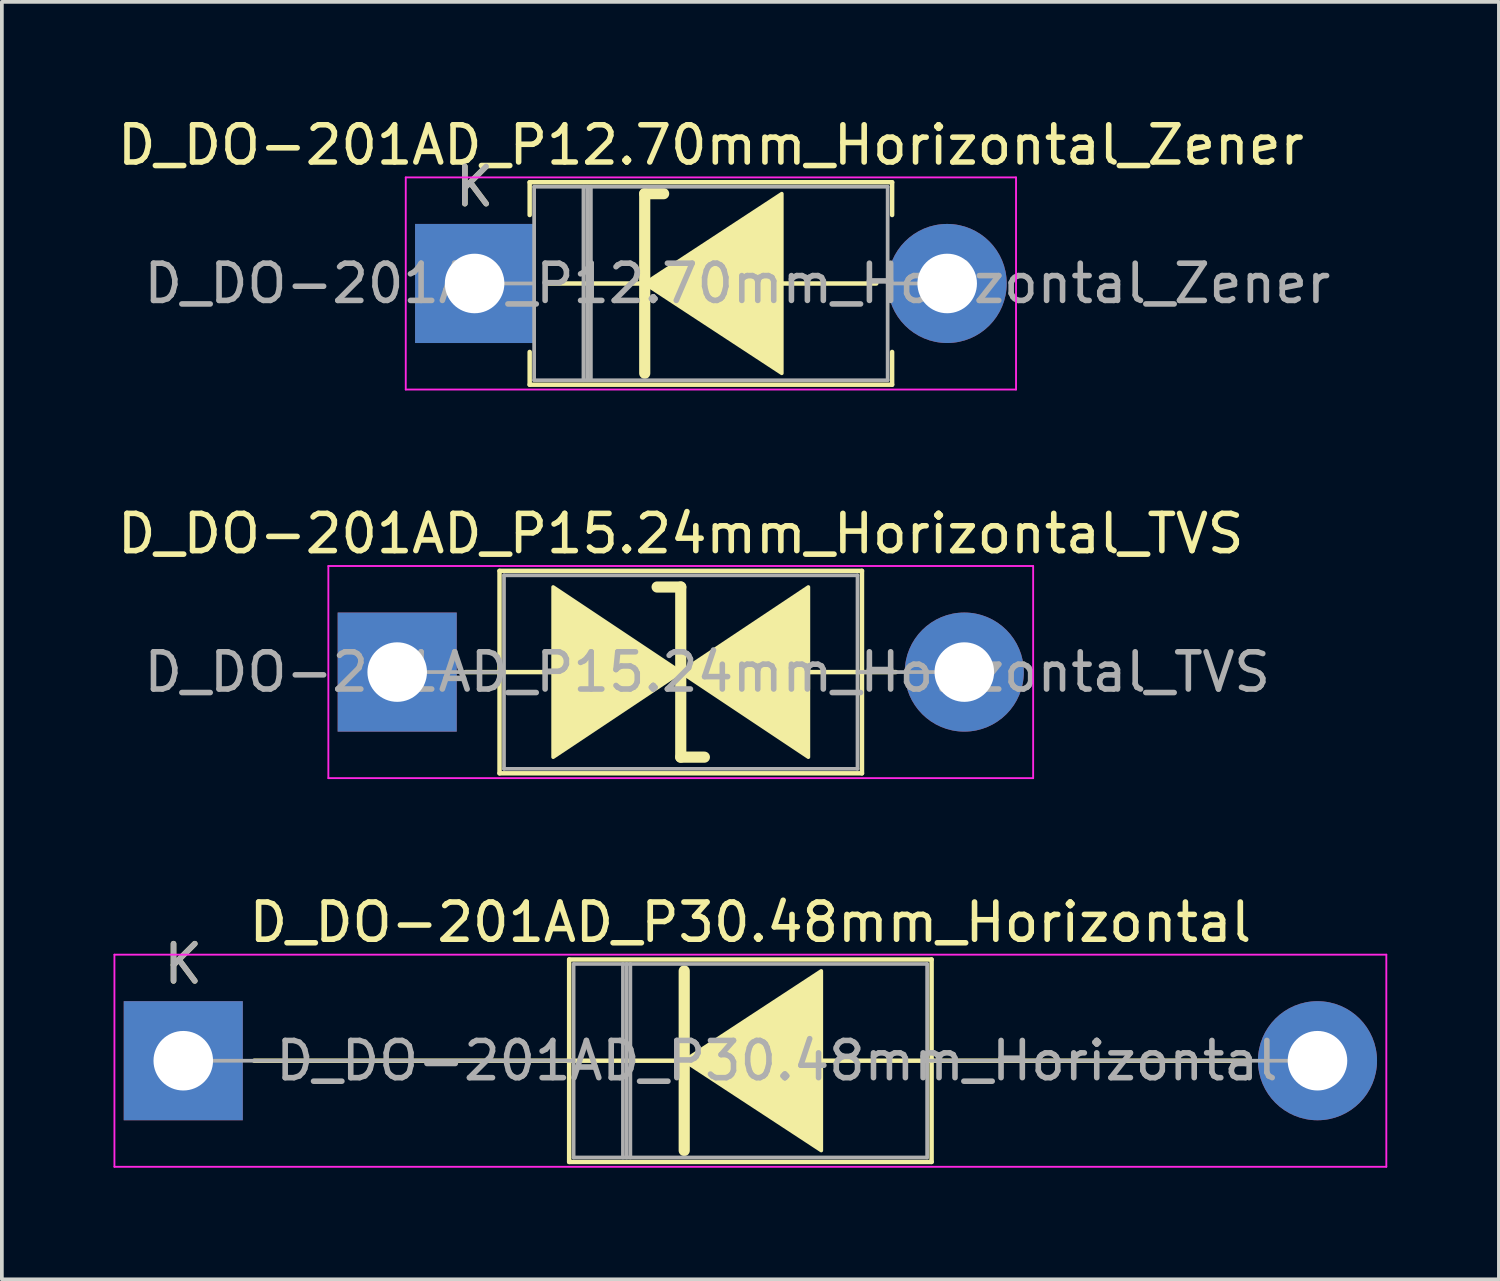
<source format=kicad_pcb>
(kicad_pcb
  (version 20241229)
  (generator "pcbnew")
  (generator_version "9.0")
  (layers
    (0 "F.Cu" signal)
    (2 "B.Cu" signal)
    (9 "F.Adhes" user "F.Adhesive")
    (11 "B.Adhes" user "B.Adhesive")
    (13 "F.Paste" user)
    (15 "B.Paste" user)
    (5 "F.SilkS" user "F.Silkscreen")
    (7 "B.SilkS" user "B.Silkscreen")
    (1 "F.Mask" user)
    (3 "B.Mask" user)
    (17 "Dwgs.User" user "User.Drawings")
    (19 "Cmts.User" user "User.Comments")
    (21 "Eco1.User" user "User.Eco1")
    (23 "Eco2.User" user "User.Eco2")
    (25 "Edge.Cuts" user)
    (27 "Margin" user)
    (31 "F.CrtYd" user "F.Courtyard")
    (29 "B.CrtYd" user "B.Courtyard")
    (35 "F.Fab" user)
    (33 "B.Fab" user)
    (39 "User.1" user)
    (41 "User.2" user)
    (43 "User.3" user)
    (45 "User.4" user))
  (footprint "D_DO-201AD_P30.48mm_Horizontal"
    (layer "F.Cu")
    (at 1.875 25.455)
    (property "Reference" "D_DO-201AD_P30.48mm_Horizontal" (at 15.24 -3.72 0) (layer "F.SilkS") (effects (font (size 1 1) (thickness 0.15))))
    (attr through_hole)
    (fp_line (start 1.905 0) (end 10.37 0) (stroke (width 0.12) (type solid)) (layer "F.SilkS"))
    (fp_line (start 10.37 -2.72) (end 10.37 2.72) (stroke (width 0.12) (type solid)) (layer "F.SilkS"))
    (fp_line (start 10.37 2.72) (end 20.11 2.72) (stroke (width 0.12) (type solid)) (layer "F.SilkS"))
    (fp_line (start 13.335 0) (end 10.37 0) (stroke (width 0.12) (type solid)) (layer "F.SilkS"))
    (fp_line (start 13.462 -2.413) (end 13.462 2.413) (stroke (width 0.3) (type solid)) (layer "F.SilkS"))
    (fp_line (start 17.145 0) (end 20.11 0) (stroke (width 0.12) (type solid)) (layer "F.SilkS"))
    (fp_line (start 20.11 -2.72) (end 10.37 -2.72) (stroke (width 0.12) (type solid)) (layer "F.SilkS"))
    (fp_line (start 20.11 2.72) (end 20.11 -2.72) (stroke (width 0.12) (type solid)) (layer "F.SilkS"))
    (fp_line (start 28.575 0) (end 20.11 0) (stroke (width 0.12) (type solid)) (layer "F.SilkS"))
    (fp_poly (pts (xy 17.145 2.413) (xy 13.462 0) (xy 17.145 -2.413)) (stroke (width 0.1) (type solid)) (fill yes) (layer "F.SilkS"))
    (fp_line (start -1.85 -2.85) (end -1.85 2.85) (stroke (width 0.05) (type solid)) (layer "F.CrtYd"))
    (fp_line (start -1.85 2.85) (end 32.33 2.85) (stroke (width 0.05) (type solid)) (layer "F.CrtYd"))
    (fp_line (start 32.33 -2.85) (end -1.85 -2.85) (stroke (width 0.05) (type solid)) (layer "F.CrtYd"))
    (fp_line (start 32.33 2.85) (end 32.33 -2.85) (stroke (width 0.05) (type solid)) (layer "F.CrtYd"))
    (fp_line (start 0 0) (end 10.49 0) (stroke (width 0.1) (type solid)) (layer "F.Fab"))
    (fp_line (start 10.49 -2.6) (end 10.49 2.6) (stroke (width 0.1) (type solid)) (layer "F.Fab"))
    (fp_line (start 10.49 2.6) (end 19.99 2.6) (stroke (width 0.1) (type solid)) (layer "F.Fab"))
    (fp_line (start 11.815 -2.6) (end 11.815 2.6) (stroke (width 0.1) (type solid)) (layer "F.Fab"))
    (fp_line (start 11.915 -2.6) (end 11.915 2.6) (stroke (width 0.1) (type solid)) (layer "F.Fab"))
    (fp_line (start 12.015 -2.6) (end 12.015 2.6) (stroke (width 0.1) (type solid)) (layer "F.Fab"))
    (fp_line (start 19.99 -2.6) (end 10.49 -2.6) (stroke (width 0.1) (type solid)) (layer "F.Fab"))
    (fp_line (start 19.99 2.6) (end 19.99 -2.6) (stroke (width 0.1) (type solid)) (layer "F.Fab"))
    (fp_line (start 30.48 0) (end 19.99 0) (stroke (width 0.1) (type solid)) (layer "F.Fab"))
    (fp_text user "K" (at 0 -2.6 0) (layer "F.SilkS") (effects (font (size 1 1) (thickness 0.15))))
    (fp_text user "${REFERENCE}" (at 15.953 0 0) (layer "F.Fab") (effects (font (size 1 1) (thickness 0.15))))
    (fp_text user "K" (at 0 -2.6 0) (layer "F.Fab") (effects (font (size 1 1) (thickness 0.15))))
    (pad "1" thru_hole rect (at 0 0) (size 3.2 3.2) (drill 1.6) (layers "*.Cu" "*.Mask"))
    (pad "2" thru_hole oval (at 30.48 0) (size 3.2 3.2) (drill 1.6) (layers "*.Cu" "*.Mask")))
  (footprint "D_DO-201AD_P15.24mm_Horizontal_TVS"
    (layer "F.Cu")
    (at 7.624 15.011)
    (property "Reference" "D_DO-201AD_P15.24mm_Horizontal_TVS" (at 7.62 -3.72 0) (layer "F.SilkS") (effects (font (size 1 1) (thickness 0.15))))
    (attr through_hole)
    (fp_line (start 1.84 0) (end 2.75 0) (stroke (width 0.12) (type solid)) (layer "F.SilkS"))
    (fp_line (start 2.75 -2.72) (end 2.75 2.72) (stroke (width 0.12) (type solid)) (layer "F.SilkS"))
    (fp_line (start 2.75 0) (end 4.191 0) (stroke (width 0.12) (type solid)) (layer "F.SilkS"))
    (fp_line (start 2.75 2.72) (end 12.49 2.72) (stroke (width 0.12) (type solid)) (layer "F.SilkS"))
    (fp_line (start 7.62 -2.286) (end 6.985 -2.286) (stroke (width 0.3) (type solid)) (layer "F.SilkS"))
    (fp_line (start 7.62 2.286) (end 7.62 -2.286) (stroke (width 0.3) (type solid)) (layer "F.SilkS"))
    (fp_line (start 8.255 2.286) (end 7.62 2.286) (stroke (width 0.3) (type solid)) (layer "F.SilkS"))
    (fp_line (start 11.049 0) (end 12.49 0) (stroke (width 0.12) (type solid)) (layer "F.SilkS"))
    (fp_line (start 12.49 -2.72) (end 2.75 -2.72) (stroke (width 0.12) (type solid)) (layer "F.SilkS"))
    (fp_line (start 12.49 2.72) (end 12.49 -2.72) (stroke (width 0.12) (type solid)) (layer "F.SilkS"))
    (fp_line (start 13.4 0) (end 12.49 0) (stroke (width 0.12) (type solid)) (layer "F.SilkS"))
    (fp_poly (pts (xy 7.62 0) (xy 4.191 2.286) (xy 4.191 -2.286)) (stroke (width 0.1) (type solid)) (fill yes) (layer "F.SilkS"))
    (fp_poly (pts (xy 7.62 0) (xy 11.049 -2.286) (xy 11.049 2.286)) (stroke (width 0.1) (type solid)) (fill yes) (layer "F.SilkS"))
    (fp_line (start -1.85 -2.85) (end -1.85 2.85) (stroke (width 0.05) (type solid)) (layer "F.CrtYd"))
    (fp_line (start -1.85 2.85) (end 17.09 2.85) (stroke (width 0.05) (type solid)) (layer "F.CrtYd"))
    (fp_line (start 17.09 -2.85) (end -1.85 -2.85) (stroke (width 0.05) (type solid)) (layer "F.CrtYd"))
    (fp_line (start 17.09 2.85) (end 17.09 -2.85) (stroke (width 0.05) (type solid)) (layer "F.CrtYd"))
    (fp_line (start 0 0) (end 2.87 0) (stroke (width 0.1) (type solid)) (layer "F.Fab"))
    (fp_line (start 2.87 -2.6) (end 2.87 2.6) (stroke (width 0.1) (type solid)) (layer "F.Fab"))
    (fp_line (start 2.87 2.6) (end 12.37 2.6) (stroke (width 0.1) (type solid)) (layer "F.Fab"))
    (fp_line (start 12.37 -2.6) (end 2.87 -2.6) (stroke (width 0.1) (type solid)) (layer "F.Fab"))
    (fp_line (start 12.37 2.6) (end 12.37 -2.6) (stroke (width 0.1) (type solid)) (layer "F.Fab"))
    (fp_line (start 15.24 0) (end 12.37 0) (stroke (width 0.1) (type solid)) (layer "F.Fab"))
    (fp_text user "${REFERENCE}" (at 8.332 0 0) (layer "F.Fab") (effects (font (size 1 1) (thickness 0.15))))
    (pad "1" thru_hole rect (at 0 0) (size 3.2 3.2) (drill 1.6) (layers "*.Cu" "*.Mask"))
    (pad "2" thru_hole oval (at 15.24 0) (size 3.2 3.2) (drill 1.6) (layers "*.Cu" "*.Mask")))
  (footprint "D_DO-201AD_P12.70mm_Horizontal_Zener"
    (layer "F.Cu")
    (at 9.704 4.568)
    (property "Reference" "D_DO-201AD_P12.70mm_Horizontal_Zener" (at 6.35 -3.72 0) (layer "F.SilkS") (effects (font (size 1 1) (thickness 0.15))))
    (attr through_hole)
    (fp_line (start 1.48 -2.72) (end 11.22 -2.72) (stroke (width 0.12) (type solid)) (layer "F.SilkS"))
    (fp_line (start 1.48 -1.84) (end 1.48 -2.72) (stroke (width 0.12) (type solid)) (layer "F.SilkS"))
    (fp_line (start 1.48 1.84) (end 1.48 2.72) (stroke (width 0.12) (type solid)) (layer "F.SilkS"))
    (fp_line (start 1.48 2.72) (end 11.22 2.72) (stroke (width 0.12) (type solid)) (layer "F.SilkS"))
    (fp_line (start 4.445 0) (end 1.905 0) (stroke (width 0.12) (type solid)) (layer "F.SilkS"))
    (fp_line (start 4.572 -2.413) (end 4.572 2.413) (stroke (width 0.3) (type solid)) (layer "F.SilkS"))
    (fp_line (start 4.572 -2.413) (end 5.08 -2.413) (stroke (width 0.3) (type solid)) (layer "F.SilkS"))
    (fp_line (start 8.255 0) (end 10.795 0) (stroke (width 0.12) (type solid)) (layer "F.SilkS"))
    (fp_line (start 11.22 -2.72) (end 11.22 -1.84) (stroke (width 0.12) (type solid)) (layer "F.SilkS"))
    (fp_line (start 11.22 2.72) (end 11.22 1.84) (stroke (width 0.12) (type solid)) (layer "F.SilkS"))
    (fp_poly (pts (xy 8.255 2.413) (xy 4.572 0) (xy 8.255 -2.413)) (stroke (width 0.1) (type solid)) (fill yes) (layer "F.SilkS"))
    (fp_line (start -1.85 -2.85) (end -1.85 2.85) (stroke (width 0.05) (type solid)) (layer "F.CrtYd"))
    (fp_line (start -1.85 2.85) (end 14.55 2.85) (stroke (width 0.05) (type solid)) (layer "F.CrtYd"))
    (fp_line (start 14.55 -2.85) (end -1.85 -2.85) (stroke (width 0.05) (type solid)) (layer "F.CrtYd"))
    (fp_line (start 14.55 2.85) (end 14.55 -2.85) (stroke (width 0.05) (type solid)) (layer "F.CrtYd"))
    (fp_line (start 0 0) (end 1.6 0) (stroke (width 0.1) (type solid)) (layer "F.Fab"))
    (fp_line (start 1.6 -2.6) (end 1.6 2.6) (stroke (width 0.1) (type solid)) (layer "F.Fab"))
    (fp_line (start 1.6 2.6) (end 11.1 2.6) (stroke (width 0.1) (type solid)) (layer "F.Fab"))
    (fp_line (start 2.925 -2.6) (end 2.925 2.6) (stroke (width 0.1) (type solid)) (layer "F.Fab"))
    (fp_line (start 3.025 -2.6) (end 3.025 2.6) (stroke (width 0.1) (type solid)) (layer "F.Fab"))
    (fp_line (start 3.125 -2.6) (end 3.125 2.6) (stroke (width 0.1) (type solid)) (layer "F.Fab"))
    (fp_line (start 11.1 -2.6) (end 1.6 -2.6) (stroke (width 0.1) (type solid)) (layer "F.Fab"))
    (fp_line (start 11.1 2.6) (end 11.1 -2.6) (stroke (width 0.1) (type solid)) (layer "F.Fab"))
    (fp_line (start 12.7 0) (end 11.1 0) (stroke (width 0.1) (type solid)) (layer "F.Fab"))
    (fp_text user "K" (at 0 -2.6 0) (layer "F.SilkS") (effects (font (size 1 1) (thickness 0.15))))
    (fp_text user "${REFERENCE}" (at 7.062 0 0) (layer "F.Fab") (effects (font (size 1 1) (thickness 0.15))))
    (fp_text user "K" (at 0 -2.6 0) (layer "F.Fab") (effects (font (size 1 1) (thickness 0.15))))
    (pad "1" thru_hole rect (at 0 0) (size 3.2 3.2) (drill 1.6) (layers "*.Cu" "*.Mask"))
    (pad "2" thru_hole oval (at 12.7 0) (size 3.2 3.2) (drill 1.6) (layers "*.Cu" "*.Mask")))
  (gr_rect
    (start -3 -3)
    (end 37.23 31.33)
    (stroke (width 0.1) (type default))
    (fill no)
    (layer "Edge.Cuts")))
</source>
